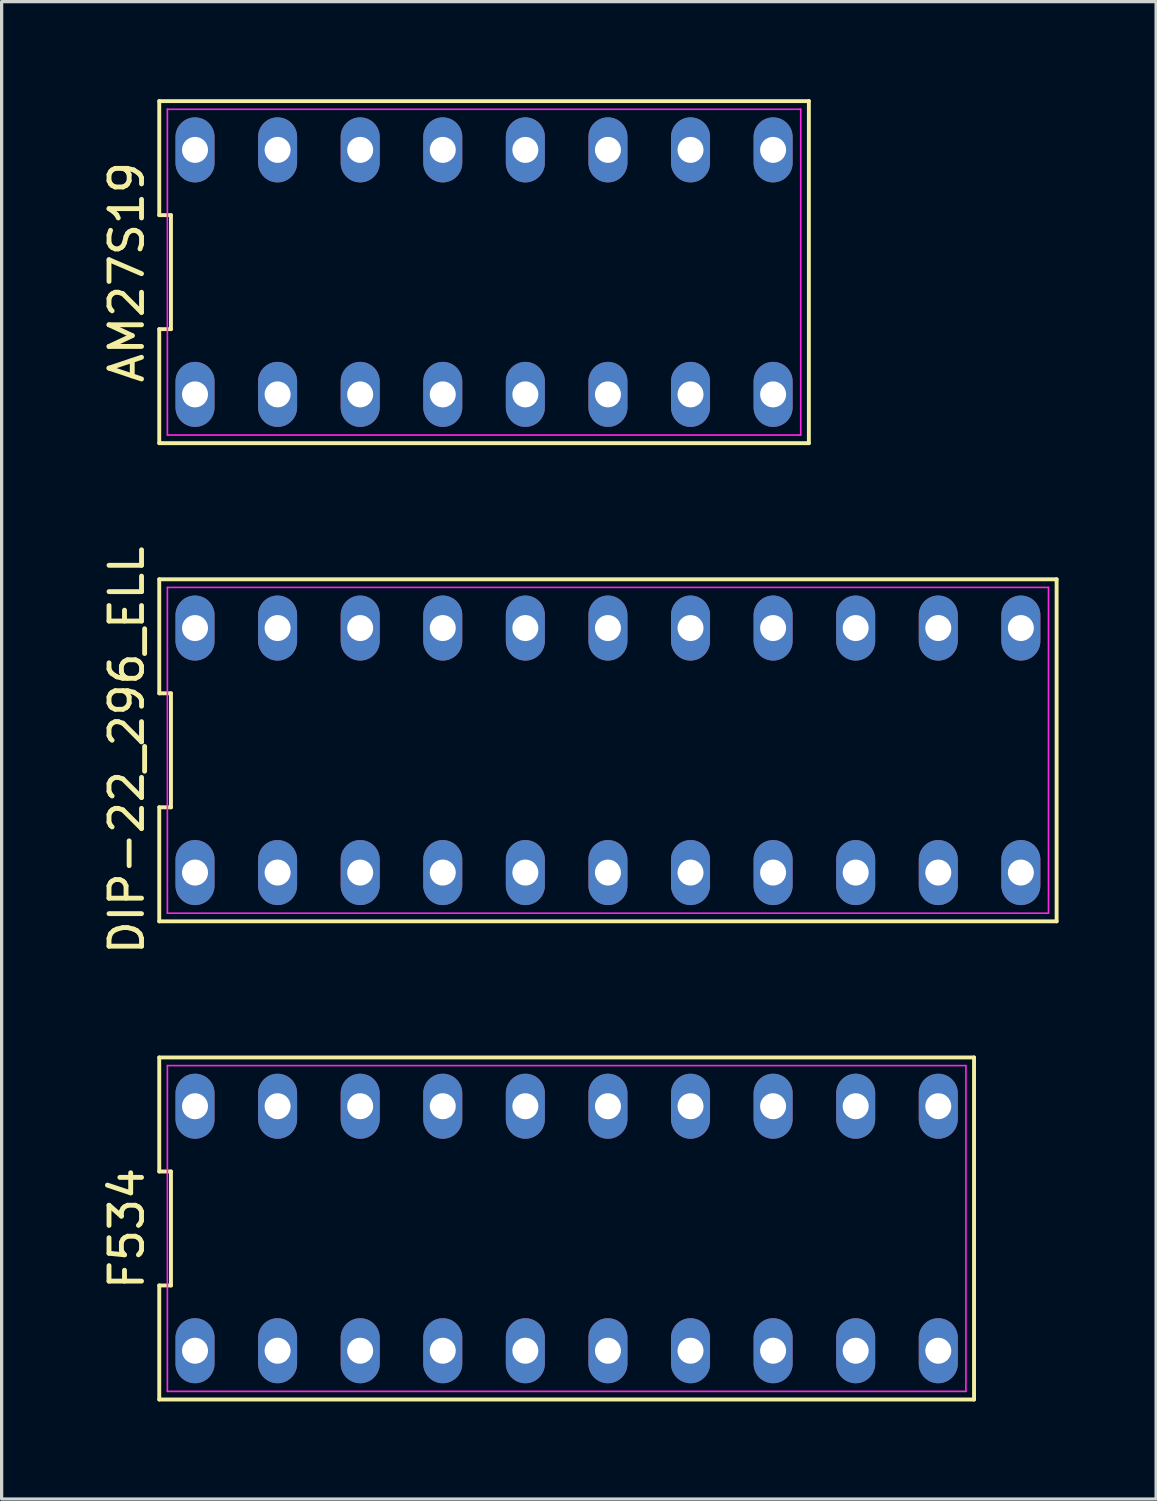
<source format=kicad_pcb>
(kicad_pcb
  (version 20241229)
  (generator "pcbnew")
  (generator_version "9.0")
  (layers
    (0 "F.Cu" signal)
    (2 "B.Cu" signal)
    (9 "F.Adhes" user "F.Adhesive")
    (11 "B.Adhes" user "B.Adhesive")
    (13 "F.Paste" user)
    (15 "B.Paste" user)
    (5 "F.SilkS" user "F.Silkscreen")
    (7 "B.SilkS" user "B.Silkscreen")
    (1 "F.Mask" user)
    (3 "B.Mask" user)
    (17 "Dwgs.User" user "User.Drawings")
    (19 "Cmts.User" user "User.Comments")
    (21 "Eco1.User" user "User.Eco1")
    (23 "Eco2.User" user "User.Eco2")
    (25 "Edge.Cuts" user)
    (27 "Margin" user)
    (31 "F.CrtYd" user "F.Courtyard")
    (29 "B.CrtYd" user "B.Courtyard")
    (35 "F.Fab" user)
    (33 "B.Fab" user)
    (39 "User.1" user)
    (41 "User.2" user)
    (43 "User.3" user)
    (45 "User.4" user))
  (footprint "F534"
    (layer "F.Cu")
    (at 14.378 34.734)
    (property "Reference" "F534" (at -13.53 0 90) (layer "F.SilkS") (effects (font (size 1 1) (thickness 0.15))))
    (attr through_hole)
    (fp_line (start -12.53 -5.26) (end -12.53 -1.753) (stroke (width 0.12) (type solid)) (layer "F.SilkS"))
    (fp_line (start -12.53 -1.753) (end -12.17 -1.753) (stroke (width 0.12) (type solid)) (layer "F.SilkS"))
    (fp_line (start -12.53 1.753) (end -12.53 5.26) (stroke (width 0.12) (type solid)) (layer "F.SilkS"))
    (fp_line (start -12.53 5.26) (end 12.53 5.26) (stroke (width 0.12) (type solid)) (layer "F.SilkS"))
    (fp_line (start -12.17 -1.753) (end -12.17 1.753) (stroke (width 0.12) (type solid)) (layer "F.SilkS"))
    (fp_line (start -12.17 1.753) (end -12.53 1.753) (stroke (width 0.12) (type solid)) (layer "F.SilkS"))
    (fp_line (start 12.53 -5.26) (end -12.53 -5.26) (stroke (width 0.12) (type solid)) (layer "F.SilkS"))
    (fp_line (start 12.53 5.26) (end 12.53 -5.26) (stroke (width 0.12) (type solid)) (layer "F.SilkS"))
    (fp_line (start -12.28 -5.01) (end 12.28 -5.01) (stroke (width 0.05) (type solid)) (layer "F.CrtYd"))
    (fp_line (start -12.28 5.01) (end -12.28 -5.01) (stroke (width 0.05) (type solid)) (layer "F.CrtYd"))
    (fp_line (start 12.28 -5.01) (end 12.28 5.01) (stroke (width 0.05) (type solid)) (layer "F.CrtYd"))
    (fp_line (start 12.28 5.01) (end -12.28 5.01) (stroke (width 0.05) (type solid)) (layer "F.CrtYd"))
    (pad "1" thru_hole oval (at -11.43 3.76) (size 1.2 2) (drill 0.8) (layers "*.Cu" "*.Mask"))
    (pad "2" thru_hole oval (at -8.89 3.76) (size 1.2 2) (drill 0.8) (layers "*.Cu" "*.Mask"))
    (pad "3" thru_hole oval (at -6.35 3.76) (size 1.2 2) (drill 0.8) (layers "*.Cu" "*.Mask"))
    (pad "4" thru_hole oval (at -3.81 3.76) (size 1.2 2) (drill 0.8) (layers "*.Cu" "*.Mask"))
    (pad "5" thru_hole oval (at -1.27 3.76) (size 1.2 2) (drill 0.8) (layers "*.Cu" "*.Mask"))
    (pad "6" thru_hole oval (at 1.27 3.76) (size 1.2 2) (drill 0.8) (layers "*.Cu" "*.Mask"))
    (pad "7" thru_hole oval (at 3.81 3.76) (size 1.2 2) (drill 0.8) (layers "*.Cu" "*.Mask"))
    (pad "8" thru_hole oval (at 6.35 3.76) (size 1.2 2) (drill 0.8) (layers "*.Cu" "*.Mask"))
    (pad "9" thru_hole oval (at 8.89 3.76) (size 1.2 2) (drill 0.8) (layers "*.Cu" "*.Mask"))
    (pad "10" thru_hole oval (at 11.43 3.76) (size 1.2 2) (drill 0.8) (layers "*.Cu" "*.Mask"))
    (pad "11" thru_hole oval (at 11.43 -3.76) (size 1.2 2) (drill 0.8) (layers "*.Cu" "*.Mask"))
    (pad "12" thru_hole oval (at 8.89 -3.76) (size 1.2 2) (drill 0.8) (layers "*.Cu" "*.Mask"))
    (pad "13" thru_hole oval (at 6.35 -3.76) (size 1.2 2) (drill 0.8) (layers "*.Cu" "*.Mask"))
    (pad "14" thru_hole oval (at 3.81 -3.76) (size 1.2 2) (drill 0.8) (layers "*.Cu" "*.Mask"))
    (pad "15" thru_hole oval (at 1.27 -3.76) (size 1.2 2) (drill 0.8) (layers "*.Cu" "*.Mask"))
    (pad "16" thru_hole oval (at -1.27 -3.76) (size 1.2 2) (drill 0.8) (layers "*.Cu" "*.Mask"))
    (pad "17" thru_hole oval (at -3.81 -3.76) (size 1.2 2) (drill 0.8) (layers "*.Cu" "*.Mask"))
    (pad "18" thru_hole oval (at -6.35 -3.76) (size 1.2 2) (drill 0.8) (layers "*.Cu" "*.Mask"))
    (pad "19" thru_hole oval (at -8.89 -3.76) (size 1.2 2) (drill 0.8) (layers "*.Cu" "*.Mask"))
    (pad "20" thru_hole oval (at -11.43 -3.76) (size 1.2 2) (drill 0.8) (layers "*.Cu" "*.Mask")))
  (footprint "DIP-22_296_ELL"
    (layer "F.Cu")
    (at 15.648 20.027)
    (property "Reference" "DIP-22_296_ELL" (at -14.8 0 90) (layer "F.SilkS") (effects (font (size 1 1) (thickness 0.15))))
    (attr through_hole)
    (fp_line (start -13.8 -5.26) (end -13.8 -1.753) (stroke (width 0.12) (type solid)) (layer "F.SilkS"))
    (fp_line (start -13.8 -1.753) (end -13.44 -1.753) (stroke (width 0.12) (type solid)) (layer "F.SilkS"))
    (fp_line (start -13.8 1.753) (end -13.8 5.26) (stroke (width 0.12) (type solid)) (layer "F.SilkS"))
    (fp_line (start -13.8 5.26) (end 13.8 5.26) (stroke (width 0.12) (type solid)) (layer "F.SilkS"))
    (fp_line (start -13.44 -1.753) (end -13.44 1.753) (stroke (width 0.12) (type solid)) (layer "F.SilkS"))
    (fp_line (start -13.44 1.753) (end -13.8 1.753) (stroke (width 0.12) (type solid)) (layer "F.SilkS"))
    (fp_line (start 13.8 -5.26) (end -13.8 -5.26) (stroke (width 0.12) (type solid)) (layer "F.SilkS"))
    (fp_line (start 13.8 5.26) (end 13.8 -5.26) (stroke (width 0.12) (type solid)) (layer "F.SilkS"))
    (fp_line (start -13.55 -5.01) (end 13.55 -5.01) (stroke (width 0.05) (type solid)) (layer "F.CrtYd"))
    (fp_line (start -13.55 5.01) (end -13.55 -5.01) (stroke (width 0.05) (type solid)) (layer "F.CrtYd"))
    (fp_line (start 13.55 -5.01) (end 13.55 5.01) (stroke (width 0.05) (type solid)) (layer "F.CrtYd"))
    (fp_line (start 13.55 5.01) (end -13.55 5.01) (stroke (width 0.05) (type solid)) (layer "F.CrtYd"))
    (pad "1" thru_hole oval (at -12.7 3.76) (size 1.2 2) (drill 0.8) (layers "*.Cu" "*.Mask"))
    (pad "2" thru_hole oval (at -10.16 3.76) (size 1.2 2) (drill 0.8) (layers "*.Cu" "*.Mask"))
    (pad "3" thru_hole oval (at -7.62 3.76) (size 1.2 2) (drill 0.8) (layers "*.Cu" "*.Mask"))
    (pad "4" thru_hole oval (at -5.08 3.76) (size 1.2 2) (drill 0.8) (layers "*.Cu" "*.Mask"))
    (pad "5" thru_hole oval (at -2.54 3.76) (size 1.2 2) (drill 0.8) (layers "*.Cu" "*.Mask"))
    (pad "6" thru_hole oval (at 0 3.76) (size 1.2 2) (drill 0.8) (layers "*.Cu" "*.Mask"))
    (pad "7" thru_hole oval (at 2.54 3.76) (size 1.2 2) (drill 0.8) (layers "*.Cu" "*.Mask"))
    (pad "8" thru_hole oval (at 5.08 3.76) (size 1.2 2) (drill 0.8) (layers "*.Cu" "*.Mask"))
    (pad "9" thru_hole oval (at 7.62 3.76) (size 1.2 2) (drill 0.8) (layers "*.Cu" "*.Mask"))
    (pad "10" thru_hole oval (at 10.16 3.76) (size 1.2 2) (drill 0.8) (layers "*.Cu" "*.Mask"))
    (pad "11" thru_hole oval (at 12.7 3.76) (size 1.2 2) (drill 0.8) (layers "*.Cu" "*.Mask"))
    (pad "12" thru_hole oval (at 12.7 -3.76) (size 1.2 2) (drill 0.8) (layers "*.Cu" "*.Mask"))
    (pad "13" thru_hole oval (at 10.16 -3.76) (size 1.2 2) (drill 0.8) (layers "*.Cu" "*.Mask"))
    (pad "14" thru_hole oval (at 7.62 -3.76) (size 1.2 2) (drill 0.8) (layers "*.Cu" "*.Mask"))
    (pad "15" thru_hole oval (at 5.08 -3.76) (size 1.2 2) (drill 0.8) (layers "*.Cu" "*.Mask"))
    (pad "16" thru_hole oval (at 2.54 -3.76) (size 1.2 2) (drill 0.8) (layers "*.Cu" "*.Mask"))
    (pad "17" thru_hole oval (at 0 -3.76) (size 1.2 2) (drill 0.8) (layers "*.Cu" "*.Mask"))
    (pad "18" thru_hole oval (at -2.54 -3.76) (size 1.2 2) (drill 0.8) (layers "*.Cu" "*.Mask"))
    (pad "19" thru_hole oval (at -5.08 -3.76) (size 1.2 2) (drill 0.8) (layers "*.Cu" "*.Mask"))
    (pad "20" thru_hole oval (at -7.62 -3.76) (size 1.2 2) (drill 0.8) (layers "*.Cu" "*.Mask"))
    (pad "21" thru_hole oval (at -10.16 -3.76) (size 1.2 2) (drill 0.8) (layers "*.Cu" "*.Mask"))
    (pad "22" thru_hole oval (at -12.7 -3.76) (size 1.2 2) (drill 0.8) (layers "*.Cu" "*.Mask")))
  (footprint "AM27S19"
    (layer "F.Cu")
    (at 11.838 5.32)
    (property "Reference" "AM27S19" (at -10.99 0 90) (layer "F.SilkS") (effects (font (size 1 1) (thickness 0.15))))
    (attr through_hole)
    (fp_line (start -9.99 -5.26) (end -9.99 -1.753) (stroke (width 0.12) (type solid)) (layer "F.SilkS"))
    (fp_line (start -9.99 -1.753) (end -9.63 -1.753) (stroke (width 0.12) (type solid)) (layer "F.SilkS"))
    (fp_line (start -9.99 1.753) (end -9.99 5.26) (stroke (width 0.12) (type solid)) (layer "F.SilkS"))
    (fp_line (start -9.99 5.26) (end 9.99 5.26) (stroke (width 0.12) (type solid)) (layer "F.SilkS"))
    (fp_line (start -9.63 -1.753) (end -9.63 1.753) (stroke (width 0.12) (type solid)) (layer "F.SilkS"))
    (fp_line (start -9.63 1.753) (end -9.99 1.753) (stroke (width 0.12) (type solid)) (layer "F.SilkS"))
    (fp_line (start 9.99 -5.26) (end -9.99 -5.26) (stroke (width 0.12) (type solid)) (layer "F.SilkS"))
    (fp_line (start 9.99 5.26) (end 9.99 -5.26) (stroke (width 0.12) (type solid)) (layer "F.SilkS"))
    (fp_line (start -9.74 -5.01) (end 9.74 -5.01) (stroke (width 0.05) (type solid)) (layer "F.CrtYd"))
    (fp_line (start -9.74 5.01) (end -9.74 -5.01) (stroke (width 0.05) (type solid)) (layer "F.CrtYd"))
    (fp_line (start 9.74 -5.01) (end 9.74 5.01) (stroke (width 0.05) (type solid)) (layer "F.CrtYd"))
    (fp_line (start 9.74 5.01) (end -9.74 5.01) (stroke (width 0.05) (type solid)) (layer "F.CrtYd"))
    (pad "1" thru_hole oval (at -8.89 3.76) (size 1.2 2) (drill 0.8) (layers "*.Cu" "*.Mask"))
    (pad "2" thru_hole oval (at -6.35 3.76) (size 1.2 2) (drill 0.8) (layers "*.Cu" "*.Mask"))
    (pad "3" thru_hole oval (at -3.81 3.76) (size 1.2 2) (drill 0.8) (layers "*.Cu" "*.Mask"))
    (pad "4" thru_hole oval (at -1.27 3.76) (size 1.2 2) (drill 0.8) (layers "*.Cu" "*.Mask"))
    (pad "5" thru_hole oval (at 1.27 3.76) (size 1.2 2) (drill 0.8) (layers "*.Cu" "*.Mask"))
    (pad "6" thru_hole oval (at 3.81 3.76) (size 1.2 2) (drill 0.8) (layers "*.Cu" "*.Mask"))
    (pad "7" thru_hole oval (at 6.35 3.76) (size 1.2 2) (drill 0.8) (layers "*.Cu" "*.Mask"))
    (pad "8" thru_hole oval (at 8.89 3.76) (size 1.2 2) (drill 0.8) (layers "*.Cu" "*.Mask"))
    (pad "9" thru_hole oval (at 8.89 -3.76) (size 1.2 2) (drill 0.8) (layers "*.Cu" "*.Mask"))
    (pad "10" thru_hole oval (at 6.35 -3.76) (size 1.2 2) (drill 0.8) (layers "*.Cu" "*.Mask"))
    (pad "11" thru_hole oval (at 3.81 -3.76) (size 1.2 2) (drill 0.8) (layers "*.Cu" "*.Mask"))
    (pad "12" thru_hole oval (at 1.27 -3.76) (size 1.2 2) (drill 0.8) (layers "*.Cu" "*.Mask"))
    (pad "13" thru_hole oval (at -1.27 -3.76) (size 1.2 2) (drill 0.8) (layers "*.Cu" "*.Mask"))
    (pad "14" thru_hole oval (at -3.81 -3.76) (size 1.2 2) (drill 0.8) (layers "*.Cu" "*.Mask"))
    (pad "15" thru_hole oval (at -6.35 -3.76) (size 1.2 2) (drill 0.8) (layers "*.Cu" "*.Mask"))
    (pad "16" thru_hole oval (at -8.89 -3.76) (size 1.2 2) (drill 0.8) (layers "*.Cu" "*.Mask")))
  (gr_rect
    (start -3 -3)
    (end 32.508 43.054)
    (stroke (width 0.1) (type default))
    (fill no)
    (layer "Edge.Cuts")))
</source>
